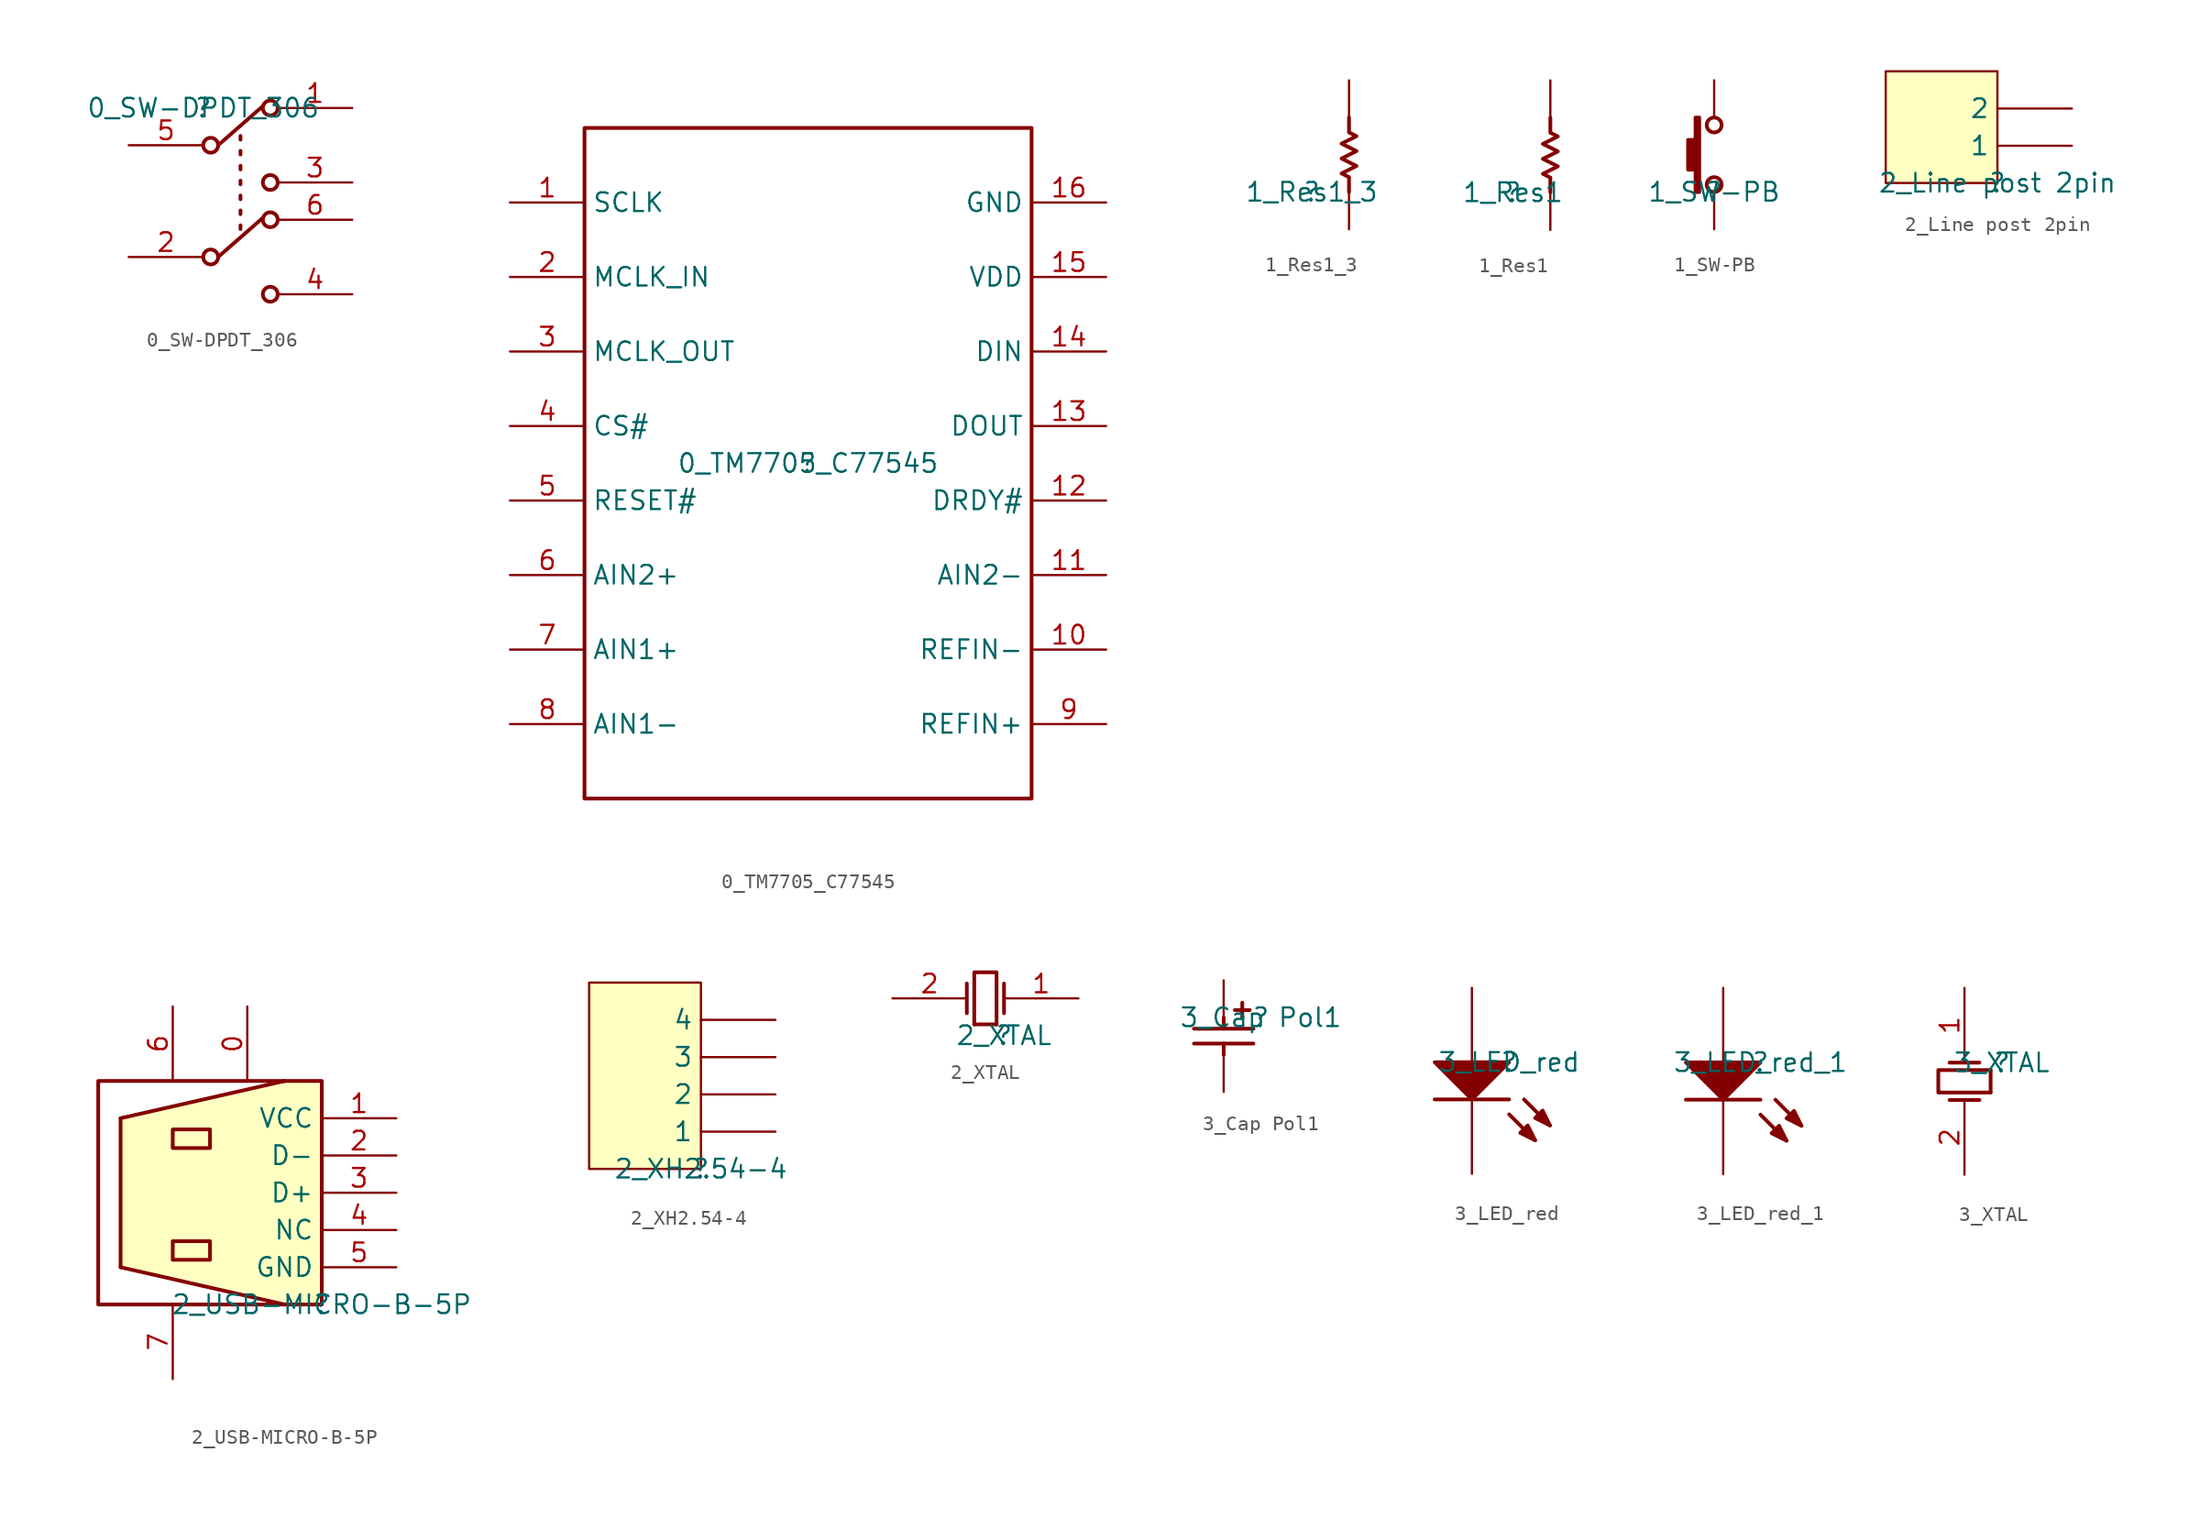
<source format=kicad_sym>
(kicad_symbol_lib
  (version 20211014)
  (generator kicad_symbol_editor)
  (symbol "0_SW-DPDT_306"
    (property "Reference" ""
      (at 0 0 0)
      (effects (font (size 1.27 1.27))))
    (property "Value" "0_SW-DPDT_306"
      (at 0 0 0)
      (effects (font (size 1.27 1.27))))
    (symbol "0_SW-DPDT_306_1_0"
      (polyline (pts (xy 1.016 -10.16) (xy 4.064 -7.493)) (stroke (width 0.254) (type default) (color 0 0 0 0)) (fill (type none)))
      (polyline (pts (xy 1.016 -2.54) (xy 4.064 0.127)) (stroke (width 0.254) (type default) (color 0 0 0 0)) (fill (type none)))
      (polyline (pts (xy 2.54 -8.001) (xy 2.54 -8.255)) (stroke (width 0.254) (type default) (color 0 0 0 0)) (fill (type none)))
      (polyline (pts (xy 2.54 -6.985) (xy 2.54 -7.239)) (stroke (width 0.254) (type default) (color 0 0 0 0)) (fill (type none)))
      (polyline (pts (xy 2.54 -5.969) (xy 2.54 -6.223)) (stroke (width 0.254) (type default) (color 0 0 0 0)) (fill (type none)))
      (polyline (pts (xy 2.54 -4.953) (xy 2.54 -5.207)) (stroke (width 0.254) (type default) (color 0 0 0 0)) (fill (type none)))
      (polyline (pts (xy 2.54 -3.937) (xy 2.54 -4.191)) (stroke (width 0.254) (type default) (color 0 0 0 0)) (fill (type none)))
      (polyline (pts (xy 2.54 -2.921) (xy 2.54 -3.175)) (stroke (width 0.254) (type default) (color 0 0 0 0)) (fill (type none)))
      (polyline (pts (xy 2.54 -1.905) (xy 2.54 -2.159)) (stroke (width 0.254) (type default) (color 0 0 0 0)) (fill (type none)))
      (circle (center 0.508 -10.16) (radius 0.508) (stroke (width 0.254) (type default) (color 0 0 0 0)) (fill (type none)))
      (circle (center 0.508 -2.54) (radius 0.508) (stroke (width 0.254) (type default) (color 0 0 0 0)) (fill (type none)))
      (circle (center 4.572 -12.7) (radius 0.508) (stroke (width 0.254) (type default) (color 0 0 0 0)) (fill (type none)))
      (circle (center 4.572 -7.62) (radius 0.508) (stroke (width 0.254) (type default) (color 0 0 0 0)) (fill (type none)))
      (circle (center 4.572 -5.08) (radius 0.508) (stroke (width 0.254) (type default) (color 0 0 0 0)) (fill (type none)))
      (circle (center 4.572 0) (radius 0.508) (stroke (width 0.254) (type default) (color 0 0 0 0)) (fill (type none)))
      (pin passive line (at 10.16 0 180) (length 5.08) (name "1" (effects (font (size 0 0)))) (number "1" (effects (font (size 1.27 1.27)))))
      (pin passive line (at -5.08 -10.16 0) (length 5.08) (name "2" (effects (font (size 0 0)))) (number "2" (effects (font (size 1.27 1.27)))))
      (pin passive line (at 10.16 -5.08 180) (length 5.08) (name "3" (effects (font (size 0 0)))) (number "3" (effects (font (size 1.27 1.27)))))
      (pin passive line (at 10.16 -12.7 180) (length 5.08) (name "4" (effects (font (size 0 0)))) (number "4" (effects (font (size 1.27 1.27)))))
      (pin passive line (at -5.08 -2.54 0) (length 5.08) (name "5" (effects (font (size 0 0)))) (number "5" (effects (font (size 1.27 1.27)))))
      (pin passive line (at 10.16 -7.62 180) (length 5.08) (name "6" (effects (font (size 0 0)))) (number "6" (effects (font (size 1.27 1.27)))))))
  (symbol "0_TM7705_C77545"
    (property "Reference" ""
      (at 0 0 0)
      (effects (font (size 1.27 1.27))))
    (property "Value" "0_TM7705_C77545"
      (at 0 0 0)
      (effects (font (size 1.27 1.27))))
    (symbol "0_TM7705_C77545_1_0"
      (rectangle (start 15.24 22.86) (end -15.24 -22.86) (stroke (width 0.254) (type default) (color 0 0 0 0)) (fill (type none)))
      (pin passive line (at -20.32 17.78 0) (length 5.08) (name "SCLK" (effects (font (size 1.27 1.27)))) (number "1" (effects (font (size 1.27 1.27)))))
      (pin passive line (at 20.32 -12.7 180) (length 5.08) (name "REFIN-" (effects (font (size 1.27 1.27)))) (number "10" (effects (font (size 1.27 1.27)))))
      (pin passive line (at 20.32 -7.62 180) (length 5.08) (name "AIN2-" (effects (font (size 1.27 1.27)))) (number "11" (effects (font (size 1.27 1.27)))))
      (pin passive line (at 20.32 -2.54 180) (length 5.08) (name "DRDY#" (effects (font (size 1.27 1.27)))) (number "12" (effects (font (size 1.27 1.27)))))
      (pin passive line (at 20.32 2.54 180) (length 5.08) (name "DOUT" (effects (font (size 1.27 1.27)))) (number "13" (effects (font (size 1.27 1.27)))))
      (pin passive line (at 20.32 7.62 180) (length 5.08) (name "DIN" (effects (font (size 1.27 1.27)))) (number "14" (effects (font (size 1.27 1.27)))))
      (pin passive line (at 20.32 12.7 180) (length 5.08) (name "VDD" (effects (font (size 1.27 1.27)))) (number "15" (effects (font (size 1.27 1.27)))))
      (pin passive line (at 20.32 17.78 180) (length 5.08) (name "GND" (effects (font (size 1.27 1.27)))) (number "16" (effects (font (size 1.27 1.27)))))
      (pin passive line (at -20.32 12.7 0) (length 5.08) (name "MCLK_IN" (effects (font (size 1.27 1.27)))) (number "2" (effects (font (size 1.27 1.27)))))
      (pin passive line (at -20.32 7.62 0) (length 5.08) (name "MCLK_OUT" (effects (font (size 1.27 1.27)))) (number "3" (effects (font (size 1.27 1.27)))))
      (pin passive line (at -20.32 2.54 0) (length 5.08) (name "CS#" (effects (font (size 1.27 1.27)))) (number "4" (effects (font (size 1.27 1.27)))))
      (pin passive line (at -20.32 -2.54 0) (length 5.08) (name "RESET#" (effects (font (size 1.27 1.27)))) (number "5" (effects (font (size 1.27 1.27)))))
      (pin passive line (at -20.32 -7.62 0) (length 5.08) (name "AIN2+" (effects (font (size 1.27 1.27)))) (number "6" (effects (font (size 1.27 1.27)))))
      (pin passive line (at -20.32 -12.7 0) (length 5.08) (name "AIN1+" (effects (font (size 1.27 1.27)))) (number "7" (effects (font (size 1.27 1.27)))))
      (pin passive line (at -20.32 -17.78 0) (length 5.08) (name "AIN1-" (effects (font (size 1.27 1.27)))) (number "8" (effects (font (size 1.27 1.27)))))
      (pin passive line (at 20.32 -17.78 180) (length 5.08) (name "REFIN+" (effects (font (size 1.27 1.27)))) (number "9" (effects (font (size 1.27 1.27)))))))
  (symbol "1_Res1_3"
    (property "Reference" ""
      (at 0 0 0)
      (effects (font (size 1.27 1.27))))
    (property "Value" "1_Res1_3"
      (at 0 0 0)
      (effects (font (size 1.27 1.27))))
    (symbol "1_Res1_3_1_0"
      (polyline (pts (xy 2.54 5.08) (xy 2.54 4.064) (xy 3.048 3.81) (xy 2.032 3.302) (xy 3.048 2.794) (xy 2.032 2.286) (xy 3.048 1.778) (xy 2.032 1.27) (xy 2.54 1.016) (xy 2.54 0)) (stroke (width 0.254) (type default) (color 0 0 0 0)) (fill (type none)))
      (pin passive line (at 2.54 -2.54 90) (length 2.54) (name "1" (effects (font (size 0 0)))) (number "1" (effects (font (size 0 0)))))
      (pin passive line (at 2.54 7.62 270) (length 2.54) (name "2" (effects (font (size 0 0)))) (number "2" (effects (font (size 0 0)))))))
  (symbol "1_Res1"
    (property "Reference" ""
      (at 0 0 0)
      (effects (font (size 1.27 1.27))))
    (property "Value" "1_Res1"
      (at 0 0 0)
      (effects (font (size 1.27 1.27))))
    (symbol "1_Res1_1_0"
      (polyline (pts (xy 2.54 5.08) (xy 2.54 4.064) (xy 3.048 3.81) (xy 2.032 3.302) (xy 3.048 2.794) (xy 2.032 2.286) (xy 3.048 1.778) (xy 2.032 1.27) (xy 2.54 1.016) (xy 2.54 0)) (stroke (width 0.254) (type default) (color 0 0 0 0)) (fill (type none)))
      (pin passive line (at 2.54 -2.54 90) (length 2.54) (name "1" (effects (font (size 0 0)))) (number "1" (effects (font (size 0 0)))))
      (pin passive line (at 2.54 7.62 270) (length 2.54) (name "2" (effects (font (size 0 0)))) (number "2" (effects (font (size 0 0)))))))
  (symbol "1_SW-PB"
    (property "Reference" ""
      (at 0 0 0)
      (effects (font (size 1.27 1.27))))
    (property "Value" "1_SW-PB"
      (at 0 0 0)
      (effects (font (size 1.27 1.27))))
    (symbol "1_SW-PB_1_0"
      (polyline (pts (xy -1.016 0) (xy -1.016 5.08) (xy -1.27 5.08) (xy -1.27 3.556) (xy -1.778 3.556) (xy -1.778 1.524) (xy -1.27 1.524) (xy -1.27 0) (xy -1.016 0)) (stroke (width 0.254) (type default) (color 0 0 0 0)) (fill (type outline)))
      (circle (center 0 0.508) (radius 0.508) (stroke (width 0.254) (type default) (color 0 0 0 0)) (fill (type none)))
      (circle (center 0 4.572) (radius 0.508) (stroke (width 0.254) (type default) (color 0 0 0 0)) (fill (type none)))
      (pin passive line (at 0 -2.54 90) (length 2.54) (name "1" (effects (font (size 0 0)))) (number "1" (effects (font (size 0 0)))))
      (pin passive line (at 0 7.62 270) (length 2.54) (name "2" (effects (font (size 0 0)))) (number "2" (effects (font (size 0 0)))))))
  (symbol "2_Line post 2pin"
    (property "Reference" ""
      (at 0 0 0)
      (effects (font (size 1.27 1.27))))
    (property "Value" "2_Line post 2pin"
      (at 0 0 0)
      (effects (font (size 1.27 1.27))))
    (symbol "2_Line post 2pin_1_0"
      (rectangle (start 0 7.62) (end -7.62 0) (stroke (width 0) (type default) (color 0 0 0 0)) (fill (type background)))
      (pin passive line (at 5.08 2.54 180) (length 5.08) (name "1" (effects (font (size 1.27 1.27)))) (number "1" (effects (font (size 0 0)))))
      (pin passive line (at 5.08 5.08 180) (length 5.08) (name "2" (effects (font (size 1.27 1.27)))) (number "2" (effects (font (size 0 0)))))))
  (symbol "2_USB-MICRO-B-5P"
    (property "Reference" ""
      (at 0 0 0)
      (effects (font (size 1.27 1.27))))
    (property "Value" "2_USB-MICRO-B-5P"
      (at 0 0 0)
      (effects (font (size 1.27 1.27))))
    (symbol "2_USB-MICRO-B-5P_1_0"
      (polyline (pts (xy -13.716 2.54) (xy -13.716 12.7)) (stroke (width 0.254) (type default) (color 0 0 0 0)) (fill (type none)))
      (polyline (pts (xy -13.716 2.54) (xy -2.54 0)) (stroke (width 0.254) (type default) (color 0 0 0 0)) (fill (type none)))
      (polyline (pts (xy -13.716 12.7) (xy -2.54 15.24)) (stroke (width 0.254) (type default) (color 0 0 0 0)) (fill (type none)))
      (polyline (pts (xy -2.54 0) (xy -15.24 0) (xy -15.24 15.24) (xy -2.54 15.24)) (stroke (width 0.254) (type default) (color 0 0 0 0)) (fill (type none)))
      (polyline (pts (xy -2.54 0) (xy 0 0) (xy 0 15.24) (xy -2.54 15.24)) (stroke (width 0.254) (type default) (color 0 0 0 0)) (fill (type none)))
      (polyline (pts (xy -7.62 11.938) (xy -10.16 11.938) (xy -10.16 10.668) (xy -7.62 10.668) (xy -7.62 11.938)) (stroke (width 0.254) (type default) (color 0 0 0 0)) (fill (type none)))
      (polyline (pts (xy -7.62 3.302) (xy -7.62 3.048) (xy -10.16 3.048) (xy -10.16 4.318) (xy -7.62 4.318) (xy -7.62 3.302)) (stroke (width 0.254) (type default) (color 0 0 0 0)) (fill (type none)))
      (polyline (pts (xy 0 0) (xy -2.54 0) (xy -13.716 2.54) (xy -13.716 12.7) (xy -2.54 15.24) (xy 0 15.24) (xy 0 0)) (stroke (width 0) (type default) (color 0 0 0 0)) (fill (type background)))
      (pin passive line (at -5.08 20.32 270) (length 5.08) (name "" (effects (font (size 1.27 1.27)))) (number "0" (effects (font (size 1.27 1.27)))))
      (pin passive line (at 5.08 12.7 180) (length 5.08) (name "VCC" (effects (font (size 1.27 1.27)))) (number "1" (effects (font (size 1.27 1.27)))))
      (pin passive line (at 5.08 10.16 180) (length 5.08) (name "D-" (effects (font (size 1.27 1.27)))) (number "2" (effects (font (size 1.27 1.27)))))
      (pin passive line (at 5.08 7.62 180) (length 5.08) (name "D+" (effects (font (size 1.27 1.27)))) (number "3" (effects (font (size 1.27 1.27)))))
      (pin passive line (at 5.08 5.08 180) (length 5.08) (name "NC" (effects (font (size 1.27 1.27)))) (number "4" (effects (font (size 1.27 1.27)))))
      (pin passive line (at 5.08 2.54 180) (length 5.08) (name "GND" (effects (font (size 1.27 1.27)))) (number "5" (effects (font (size 1.27 1.27)))))
      (pin passive line (at -10.16 20.32 270) (length 5.08) (name "" (effects (font (size 1.27 1.27)))) (number "6" (effects (font (size 1.27 1.27)))))
      (pin passive line (at -10.16 -5.08 90) (length 5.08) (name "" (effects (font (size 1.27 1.27)))) (number "7" (effects (font (size 1.27 1.27)))))))
  (symbol "2_XH2.54-4"
    (property "Reference" ""
      (at 0 0 0)
      (effects (font (size 1.27 1.27))))
    (property "Value" "2_XH2.54-4"
      (at 0 0 0)
      (effects (font (size 1.27 1.27))))
    (symbol "2_XH2.54-4_1_0"
      (rectangle (start 0 12.7) (end -7.62 0) (stroke (width 0) (type default) (color 0 0 0 0)) (fill (type background)))
      (pin passive line (at 5.08 2.54 180) (length 5.08) (name "1" (effects (font (size 1.27 1.27)))) (number "1" (effects (font (size 0 0)))))
      (pin passive line (at 5.08 5.08 180) (length 5.08) (name "2" (effects (font (size 1.27 1.27)))) (number "2" (effects (font (size 0 0)))))
      (pin passive line (at 5.08 7.62 180) (length 5.08) (name "3" (effects (font (size 1.27 1.27)))) (number "3" (effects (font (size 0 0)))))
      (pin passive line (at 5.08 10.16 180) (length 5.08) (name "4" (effects (font (size 1.27 1.27)))) (number "4" (effects (font (size 0 0)))))))
  (symbol "2_XTAL"
    (property "Reference" ""
      (at 0 0 0)
      (effects (font (size 1.27 1.27))))
    (property "Value" "2_XTAL"
      (at 0 0 0)
      (effects (font (size 1.27 1.27))))
    (symbol "2_XTAL_1_0"
      (polyline (pts (xy -2.54 1.524) (xy -2.54 3.556)) (stroke (width 0.254) (type default) (color 0 0 0 0)) (fill (type none)))
      (polyline (pts (xy -0.508 0.762) (xy -2.032 0.762)) (stroke (width 0.254) (type default) (color 0 0 0 0)) (fill (type none)))
      (polyline (pts (xy 0 1.524) (xy 0 3.556)) (stroke (width 0.254) (type default) (color 0 0 0 0)) (fill (type none)))
      (polyline (pts (xy -2.032 0.762) (xy -2.032 4.318) (xy -0.508 4.318) (xy -0.508 0.762)) (stroke (width 0.254) (type default) (color 0 0 0 0)) (fill (type none)))
      (pin passive line (at 5.08 2.54 180) (length 5.08) (name "OSC1" (effects (font (size 0 0)))) (number "1" (effects (font (size 1.27 1.27)))))
      (pin passive line (at -7.62 2.54 0) (length 5.08) (name "OSC2" (effects (font (size 0 0)))) (number "2" (effects (font (size 1.27 1.27)))))))
  (symbol "3_Cap Pol1"
    (property "Reference" ""
      (at 0 0 0)
      (effects (font (size 1.27 1.27))))
    (property "Value" "3_Cap Pol1"
      (at 0 0 0)
      (effects (font (size 1.27 1.27))))
    (symbol "3_Cap Pol1_1_0"
      (polyline (pts (xy -4.572 -1.778) (xy -0.508 -1.778)) (stroke (width 0.254) (type default) (color 0 0 0 0)) (fill (type none)))
      (polyline (pts (xy -4.572 -0.762) (xy -0.508 -0.762)) (stroke (width 0.254) (type default) (color 0 0 0 0)) (fill (type none)))
      (polyline (pts (xy -2.54 -2.54) (xy -2.54 -1.778)) (stroke (width 0.254) (type default) (color 0 0 0 0)) (fill (type none)))
      (polyline (pts (xy -2.54 0) (xy -2.54 -0.762)) (stroke (width 0.254) (type default) (color 0 0 0 0)) (fill (type none)))
      (polyline (pts (xy -1.778 0.508) (xy -0.762 0.508)) (stroke (width 0.254) (type default) (color 0 0 0 0)) (fill (type none)))
      (polyline (pts (xy -1.27 0) (xy -1.27 1.016)) (stroke (width 0.254) (type default) (color 0 0 0 0)) (fill (type none)))
      (pin passive line (at -2.54 2.54 270) (length 2.54) (name "1" (effects (font (size 0 0)))) (number "1" (effects (font (size 0 0)))))
      (pin passive line (at -2.54 -5.08 90) (length 2.54) (name "2" (effects (font (size 0 0)))) (number "2" (effects (font (size 0 0)))))))
  (symbol "3_LED_red"
    (property "Reference" ""
      (at 0 0 0)
      (effects (font (size 1.27 1.27))))
    (property "Value" "3_LED_red"
      (at 0 0 0)
      (effects (font (size 1.27 1.27))))
    (symbol "3_LED_red_1_0"
      (polyline (pts (xy 0 -3.556) (xy 1.778 -5.334)) (stroke (width 0.254) (type default) (color 0 0 0 0)) (fill (type none)))
      (polyline (pts (xy 0 -2.54) (xy -5.08 -2.54)) (stroke (width 0.254) (type default) (color 0 0 0 0)) (fill (type none)))
      (polyline (pts (xy 1.016 -2.54) (xy 2.794 -4.318)) (stroke (width 0.254) (type default) (color 0 0 0 0)) (fill (type none)))
      (polyline (pts (xy -5.08 0) (xy -2.54 -2.54) (xy 0 0) (xy -5.08 0)) (stroke (width 0.254) (type default) (color 0 0 0 0)) (fill (type outline)))
      (polyline (pts (xy 1.778 -5.334) (xy 1.27 -4.318) (xy 0.762 -4.826) (xy 1.778 -5.334)) (stroke (width 0.254) (type default) (color 0 0 0 0)) (fill (type outline)))
      (polyline (pts (xy 2.794 -4.318) (xy 2.286 -3.302) (xy 1.778 -3.81) (xy 2.794 -4.318)) (stroke (width 0.254) (type default) (color 0 0 0 0)) (fill (type outline)))
      (pin passive line (at -2.54 5.08 270) (length 5.08) (name "A" (effects (font (size 0 0)))) (number "1" (effects (font (size 0 0)))))
      (pin passive line (at -2.54 -7.62 90) (length 5.08) (name "K" (effects (font (size 0 0)))) (number "2" (effects (font (size 0 0)))))))
  (symbol "3_LED_red_1"
    (property "Reference" ""
      (at 0 0 0)
      (effects (font (size 1.27 1.27))))
    (property "Value" "3_LED_red_1"
      (at 0 0 0)
      (effects (font (size 1.27 1.27))))
    (symbol "3_LED_red_1_1_0"
      (polyline (pts (xy 0 -3.556) (xy 1.778 -5.334)) (stroke (width 0.254) (type default) (color 0 0 0 0)) (fill (type none)))
      (polyline (pts (xy 0 -2.54) (xy -5.08 -2.54)) (stroke (width 0.254) (type default) (color 0 0 0 0)) (fill (type none)))
      (polyline (pts (xy 1.016 -2.54) (xy 2.794 -4.318)) (stroke (width 0.254) (type default) (color 0 0 0 0)) (fill (type none)))
      (polyline (pts (xy -5.08 0) (xy -2.54 -2.54) (xy 0 0) (xy -5.08 0)) (stroke (width 0.254) (type default) (color 0 0 0 0)) (fill (type outline)))
      (polyline (pts (xy 1.778 -5.334) (xy 1.27 -4.318) (xy 0.762 -4.826) (xy 1.778 -5.334)) (stroke (width 0.254) (type default) (color 0 0 0 0)) (fill (type outline)))
      (polyline (pts (xy 2.794 -4.318) (xy 2.286 -3.302) (xy 1.778 -3.81) (xy 2.794 -4.318)) (stroke (width 0.254) (type default) (color 0 0 0 0)) (fill (type outline)))
      (pin passive line (at -2.54 5.08 270) (length 5.08) (name "A" (effects (font (size 0 0)))) (number "1" (effects (font (size 0 0)))))
      (pin passive line (at -2.54 -7.62 90) (length 5.08) (name "K" (effects (font (size 0 0)))) (number "2" (effects (font (size 0 0)))))))
  (symbol "3_XTAL"
    (property "Reference" ""
      (at 0 0 0)
      (effects (font (size 1.27 1.27))))
    (property "Value" "3_XTAL"
      (at 0 0 0)
      (effects (font (size 1.27 1.27))))
    (symbol "3_XTAL_1_0"
      (polyline (pts (xy -1.524 -2.54) (xy -3.556 -2.54)) (stroke (width 0.254) (type default) (color 0 0 0 0)) (fill (type none)))
      (polyline (pts (xy -1.524 0) (xy -3.556 0)) (stroke (width 0.254) (type default) (color 0 0 0 0)) (fill (type none)))
      (polyline (pts (xy -0.762 -0.508) (xy -0.762 -2.032)) (stroke (width 0.254) (type default) (color 0 0 0 0)) (fill (type none)))
      (polyline (pts (xy -0.762 -2.032) (xy -4.318 -2.032) (xy -4.318 -0.508) (xy -0.762 -0.508)) (stroke (width 0.254) (type default) (color 0 0 0 0)) (fill (type none)))
      (pin passive line (at -2.54 5.08 270) (length 5.08) (name "OSC1" (effects (font (size 0 0)))) (number "1" (effects (font (size 1.27 1.27)))))
      (pin passive line (at -2.54 -7.62 90) (length 5.08) (name "OSC2" (effects (font (size 0 0)))) (number "2" (effects (font (size 1.27 1.27))))))))
</source>
